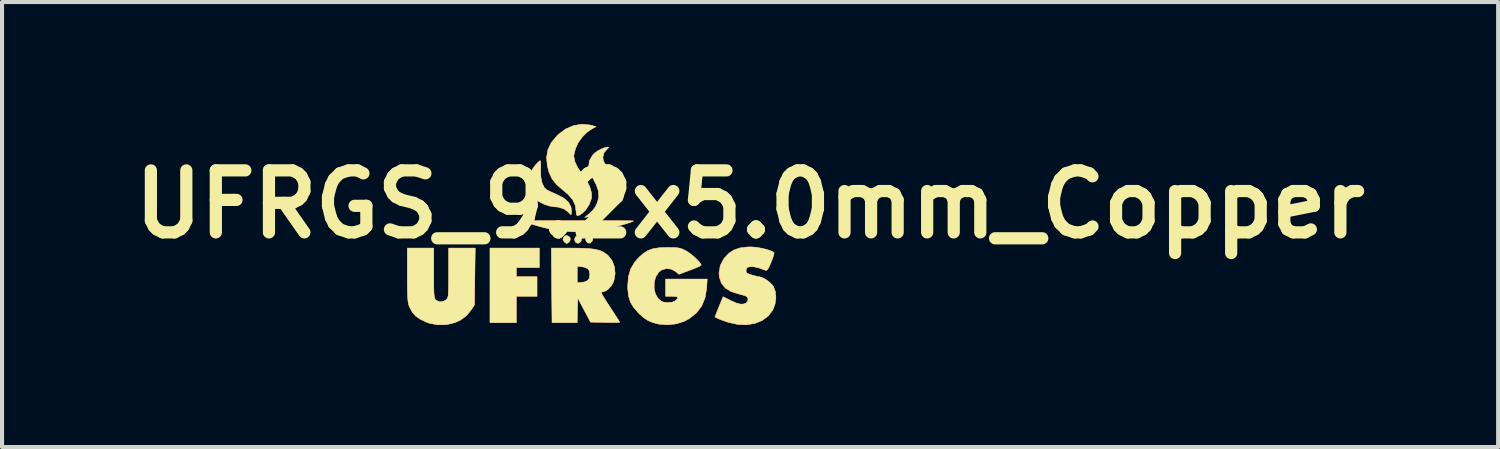
<source format=kicad_pcb>
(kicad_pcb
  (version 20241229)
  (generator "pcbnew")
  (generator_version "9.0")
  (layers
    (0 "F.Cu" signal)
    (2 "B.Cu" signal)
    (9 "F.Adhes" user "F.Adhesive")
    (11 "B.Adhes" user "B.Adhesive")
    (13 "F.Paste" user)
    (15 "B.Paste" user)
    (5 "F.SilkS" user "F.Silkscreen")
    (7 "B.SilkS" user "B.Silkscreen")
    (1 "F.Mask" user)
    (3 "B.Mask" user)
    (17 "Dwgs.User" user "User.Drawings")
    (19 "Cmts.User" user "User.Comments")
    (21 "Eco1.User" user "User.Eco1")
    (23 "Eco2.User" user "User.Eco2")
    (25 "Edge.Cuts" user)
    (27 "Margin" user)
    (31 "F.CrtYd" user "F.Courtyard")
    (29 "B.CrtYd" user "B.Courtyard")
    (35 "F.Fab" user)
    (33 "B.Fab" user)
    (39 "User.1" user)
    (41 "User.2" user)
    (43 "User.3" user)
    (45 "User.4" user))
  (footprint "UFRGS_9.2x5.0mm_Copper"
    (layer "F.Cu")
    (at 11.176 2.482)
    (property "Reference" "UFRGS_9.2x5.0mm_Copper" (at 4.216 -0.508 0) (layer "F.SilkS") (effects (font (size 1.524 1.524) (thickness 0.3))))
    (attr through_hole)
    (fp_poly (pts (xy -0.965 1.047) (xy -1.53 1.047) (xy -1.53 1.273) (xy -1.022 1.273) (xy -1.022 1.753) (xy -1.53 1.753) (xy -1.53 2.402) (xy -2.179 2.402) (xy -2.179 0.567) (xy -0.965 0.567) (xy -0.965 1.047)) (stroke (width 0.01) (type solid)) (fill yes) (layer "F.Cu"))
    (fp_poly (pts (xy 0.005 0.266) (xy 0.059 0.31) (xy 0.07 0.371) (xy 0.051 0.412) (xy -0.007 0.451) (xy -0.062 0.436) (xy -0.088 0.402) (xy -0.098 0.341) (xy -0.072 0.288) (xy -0.025 0.262) (xy 0.005 0.266)) (stroke (width 0.01) (type solid)) (fill yes) (layer "F.Cu"))
    (fp_poly (pts (xy 0.291 0.264) (xy 0.324 0.286) (xy 0.352 0.332) (xy 0.335 0.389) (xy 0.335 0.389) (xy 0.286 0.441) (xy 0.23 0.438) (xy 0.192 0.406) (xy 0.17 0.348) (xy 0.189 0.295) (xy 0.234 0.263) (xy 0.291 0.264)) (stroke (width 0.01) (type solid)) (fill yes) (layer "F.Cu"))
    (fp_poly (pts (xy -0.248 0.274) (xy -0.209 0.312) (xy -0.206 0.368) (xy -0.233 0.421) (xy -0.284 0.452) (xy -0.302 0.454) (xy -0.327 0.437) (xy -0.356 0.41) (xy -0.385 0.359) (xy -0.371 0.311) (xy -0.335 0.265) (xy -0.286 0.262) (xy -0.248 0.274)) (stroke (width 0.01) (type solid)) (fill yes) (layer "F.Cu"))
    (fp_poly (pts (xy 0.501 -0.108) (xy 0.732 -0.107) (xy 0.934 -0.106) (xy 1.103 -0.105) (xy 1.232 -0.103) (xy 1.315 -0.102) (xy 1.349 -0.1) (xy 1.349 -0.099) (xy 1.323 -0.084) (xy 1.254 -0.058) (xy 1.151 -0.026) (xy 1.025 0.01) (xy 0.889 0.046) (xy 0.752 0.08) (xy 0.625 0.108) (xy 0.577 0.118) (xy 0.282 0.157) (xy -0.034 0.17) (xy -0.348 0.155) (xy -0.637 0.115) (xy -0.649 0.112) (xy -0.805 0.076) (xy -0.977 0.031) (xy -1.134 -0.016) (xy -1.157 -0.023) (xy -1.403 -0.105) (xy -0.027 -0.107) (xy 0.246 -0.108) (xy 0.501 -0.108)) (stroke (width 0.01) (type solid)) (fill yes) (layer "F.Cu"))
    (fp_poly (pts (xy 0.739 -1.908) (xy 0.717 -1.88) (xy 0.692 -1.859) (xy 0.622 -1.771) (xy 0.596 -1.662) (xy 0.612 -1.571) (xy 0.645 -1.513) (xy 0.704 -1.432) (xy 0.767 -1.355) (xy 0.879 -1.198) (xy 0.937 -1.037) (xy 0.94 -0.867) (xy 0.891 -0.681) (xy 0.87 -0.632) (xy 0.778 -0.488) (xy 0.643 -0.363) (xy 0.48 -0.267) (xy 0.302 -0.21) (xy 0.277 -0.206) (xy 0.15 -0.187) (xy 0.234 -0.254) (xy 0.34 -0.349) (xy 0.412 -0.446) (xy 0.463 -0.554) (xy 0.497 -0.692) (xy 0.488 -0.835) (xy 0.435 -0.99) (xy 0.365 -1.123) (xy 0.281 -1.296) (xy 0.248 -1.447) (xy 0.267 -1.582) (xy 0.337 -1.705) (xy 0.394 -1.767) (xy 0.471 -1.823) (xy 0.569 -1.874) (xy 0.664 -1.908) (xy 0.717 -1.916) (xy 0.739 -1.908)) (stroke (width 0.01) (type solid)) (fill yes) (layer "F.Cu"))
    (fp_poly (pts (xy -0.938 -1.56) (xy -0.935 -1.491) (xy -0.937 -1.394) (xy -0.938 -1.372) (xy -0.934 -1.192) (xy -0.904 -1.042) (xy -0.85 -0.93) (xy -0.792 -0.874) (xy -0.736 -0.844) (xy -0.646 -0.802) (xy -0.542 -0.757) (xy -0.54 -0.756) (xy -0.37 -0.667) (xy -0.254 -0.567) (xy -0.192 -0.454) (xy -0.18 -0.371) (xy -0.182 -0.301) (xy -0.188 -0.262) (xy -0.19 -0.259) (xy -0.213 -0.278) (xy -0.253 -0.32) (xy -0.358 -0.398) (xy -0.495 -0.446) (xy -0.61 -0.457) (xy -0.731 -0.476) (xy -0.867 -0.523) (xy -0.991 -0.59) (xy -1.075 -0.658) (xy -1.163 -0.794) (xy -1.213 -0.955) (xy -1.22 -1.126) (xy -1.183 -1.289) (xy -1.171 -1.318) (xy -1.128 -1.394) (xy -1.07 -1.473) (xy -1.01 -1.54) (xy -0.961 -1.58) (xy -0.945 -1.586) (xy -0.938 -1.56)) (stroke (width 0.01) (type solid)) (fill yes) (layer "F.Cu"))
    (fp_poly (pts (xy 0.284 -2.458) (xy 0.318 -2.449) (xy 0.431 -2.418) (xy 0.332 -2.367) (xy 0.208 -2.282) (xy 0.089 -2.162) (xy -0.01 -2.026) (xy -0.072 -1.892) (xy -0.074 -1.886) (xy -0.099 -1.795) (xy -0.115 -1.721) (xy -0.118 -1.692) (xy -0.093 -1.557) (xy -0.017 -1.402) (xy 0.092 -1.248) (xy 0.199 -1.094) (xy 0.275 -0.939) (xy 0.316 -0.794) (xy 0.319 -0.671) (xy 0.316 -0.655) (xy 0.26 -0.503) (xy 0.174 -0.369) (xy 0.098 -0.295) (xy 0.017 -0.24) (xy -0.032 -0.229) (xy -0.056 -0.262) (xy -0.062 -0.341) (xy -0.082 -0.487) (xy -0.146 -0.622) (xy -0.258 -0.753) (xy -0.386 -0.86) (xy -0.541 -0.994) (xy -0.651 -1.133) (xy -0.726 -1.292) (xy -0.769 -1.458) (xy -0.787 -1.662) (xy -0.756 -1.846) (xy -0.675 -2.019) (xy -0.539 -2.186) (xy -0.5 -2.224) (xy -0.322 -2.358) (xy -0.126 -2.443) (xy 0.078 -2.477) (xy 0.284 -2.458)) (stroke (width 0.01) (type solid)) (fill yes) (layer "F.Cu"))
    (fp_poly (pts (xy -3.562 1.184) (xy -3.561 1.387) (xy -3.56 1.542) (xy -3.557 1.655) (xy -3.551 1.734) (xy -3.543 1.786) (xy -3.531 1.82) (xy -3.516 1.842) (xy -3.51 1.847) (xy -3.427 1.888) (xy -3.333 1.884) (xy -3.251 1.837) (xy -3.233 1.815) (xy -3.218 1.787) (xy -3.208 1.745) (xy -3.202 1.68) (xy -3.198 1.587) (xy -3.196 1.456) (xy -3.195 1.279) (xy -3.195 1.174) (xy -3.195 0.567) (xy -2.542 0.567) (xy -2.56 1.964) (xy -2.635 2.079) (xy -2.755 2.228) (xy -2.902 2.336) (xy -3.04 2.4) (xy -3.246 2.45) (xy -3.463 2.455) (xy -3.671 2.415) (xy -3.733 2.392) (xy -3.889 2.319) (xy -4.003 2.241) (xy -4.087 2.146) (xy -4.154 2.022) (xy -4.165 1.996) (xy -4.18 1.95) (xy -4.192 1.891) (xy -4.2 1.81) (xy -4.206 1.699) (xy -4.209 1.552) (xy -4.211 1.36) (xy -4.211 1.227) (xy -4.211 0.567) (xy -3.562 0.567) (xy -3.562 1.184)) (stroke (width 0.01) (type solid)) (fill yes) (layer "F.Cu"))
    (fp_poly (pts (xy -0.173 0.567) (xy 0.059 0.57) (xy 0.243 0.579) (xy 0.388 0.595) (xy 0.503 0.622) (xy 0.596 0.66) (xy 0.677 0.711) (xy 0.725 0.751) (xy 0.823 0.876) (xy 0.882 1.029) (xy 0.898 1.196) (xy 0.87 1.362) (xy 0.854 1.408) (xy 0.799 1.502) (xy 0.725 1.581) (xy 0.648 1.63) (xy 0.608 1.639) (xy 0.566 1.653) (xy 0.559 1.668) (xy 0.574 1.7) (xy 0.615 1.77) (xy 0.676 1.869) (xy 0.752 1.987) (xy 0.785 2.037) (xy 0.865 2.158) (xy 0.932 2.263) (xy 0.982 2.341) (xy 1.008 2.384) (xy 1.01 2.39) (xy 0.984 2.395) (xy 0.912 2.397) (xy 0.804 2.398) (xy 0.672 2.396) (xy 0.652 2.395) (xy 0.294 2.388) (xy 0.137 2.093) (xy -0.02 1.798) (xy -0.028 2.1) (xy -0.036 2.402) (xy -0.653 2.402) (xy -0.662 1.414) (xy -0.034 1.414) (xy 0.059 1.414) (xy 0.145 1.4) (xy 0.214 1.37) (xy 0.261 1.316) (xy 0.276 1.233) (xy 0.277 1.218) (xy 0.264 1.126) (xy 0.22 1.069) (xy 0.134 1.036) (xy 0.08 1.027) (xy -0.034 1.011) (xy -0.034 1.414) (xy -0.662 1.414) (xy -0.669 0.567) (xy -0.173 0.567)) (stroke (width 0.01) (type solid)) (fill yes) (layer "F.Cu"))
    (fp_poly (pts (xy 2.321 0.554) (xy 2.42 0.559) (xy 2.493 0.571) (xy 2.554 0.592) (xy 2.621 0.625) (xy 2.641 0.636) (xy 2.725 0.69) (xy 2.815 0.761) (xy 2.9 0.838) (xy 2.968 0.91) (xy 3.008 0.966) (xy 3.014 0.985) (xy 2.989 1.004) (xy 2.922 1.037) (xy 2.825 1.078) (xy 2.74 1.11) (xy 2.467 1.212) (xy 2.385 1.144) (xy 2.276 1.084) (xy 2.156 1.072) (xy 2.041 1.106) (xy 1.968 1.162) (xy 1.896 1.275) (xy 1.859 1.413) (xy 1.857 1.558) (xy 1.888 1.695) (xy 1.955 1.806) (xy 1.964 1.817) (xy 2.031 1.873) (xy 2.1 1.899) (xy 2.191 1.906) (xy 2.303 1.897) (xy 2.377 1.865) (xy 2.39 1.854) (xy 2.437 1.804) (xy 2.44 1.773) (xy 2.394 1.757) (xy 2.297 1.753) (xy 2.294 1.753) (xy 2.139 1.753) (xy 2.139 1.329) (xy 3.162 1.329) (xy 3.149 1.548) (xy 3.111 1.785) (xy 3.028 1.989) (xy 2.898 2.161) (xy 2.721 2.301) (xy 2.594 2.369) (xy 2.405 2.43) (xy 2.192 2.453) (xy 1.977 2.438) (xy 1.815 2.396) (xy 1.701 2.346) (xy 1.596 2.276) (xy 1.482 2.173) (xy 1.474 2.164) (xy 1.354 2.028) (xy 1.274 1.896) (xy 1.228 1.749) (xy 1.209 1.572) (xy 1.208 1.495) (xy 1.226 1.268) (xy 1.284 1.075) (xy 1.384 0.908) (xy 1.466 0.814) (xy 1.584 0.707) (xy 1.698 0.633) (xy 1.821 0.586) (xy 1.969 0.561) (xy 2.157 0.553) (xy 2.182 0.553) (xy 2.321 0.554)) (stroke (width 0.01) (type solid)) (fill yes) (layer "F.Cu"))
    (fp_poly (pts (xy 4.334 0.546) (xy 4.454 0.565) (xy 4.576 0.591) (xy 4.684 0.622) (xy 4.763 0.654) (xy 4.799 0.68) (xy 4.796 0.716) (xy 4.775 0.79) (xy 4.738 0.888) (xy 4.725 0.92) (xy 4.677 1.029) (xy 4.641 1.092) (xy 4.611 1.117) (xy 4.59 1.115) (xy 4.417 1.051) (xy 4.281 1.024) (xy 4.223 1.024) (xy 4.154 1.037) (xy 4.122 1.067) (xy 4.113 1.109) (xy 4.113 1.154) (xy 4.135 1.184) (xy 4.19 1.209) (xy 4.252 1.229) (xy 4.343 1.254) (xy 4.415 1.27) (xy 4.442 1.273) (xy 4.511 1.292) (xy 4.599 1.341) (xy 4.688 1.407) (xy 4.76 1.478) (xy 4.783 1.509) (xy 4.831 1.635) (xy 4.845 1.786) (xy 4.824 1.944) (xy 4.769 2.09) (xy 4.767 2.093) (xy 4.658 2.237) (xy 4.51 2.346) (xy 4.332 2.419) (xy 4.129 2.453) (xy 3.91 2.445) (xy 3.683 2.395) (xy 3.67 2.391) (xy 3.563 2.355) (xy 3.47 2.32) (xy 3.411 2.294) (xy 3.41 2.293) (xy 3.347 2.259) (xy 3.4 2.126) (xy 3.443 2.018) (xy 3.487 1.91) (xy 3.5 1.878) (xy 3.547 1.764) (xy 3.732 1.857) (xy 3.869 1.918) (xy 3.973 1.946) (xy 4.057 1.942) (xy 4.11 1.921) (xy 4.155 1.871) (xy 4.16 1.807) (xy 4.129 1.759) (xy 4.083 1.738) (xy 4.002 1.713) (xy 3.939 1.698) (xy 3.746 1.638) (xy 3.601 1.548) (xy 3.504 1.428) (xy 3.455 1.279) (xy 3.448 1.173) (xy 3.48 0.994) (xy 3.564 0.831) (xy 3.685 0.7) (xy 3.811 0.616) (xy 3.961 0.564) (xy 4.144 0.541) (xy 4.23 0.539) (xy 4.334 0.546)) (stroke (width 0.01) (type solid)) (fill yes) (layer "F.Cu"))
    (fp_poly (pts (xy -0.965 1.047) (xy -1.53 1.047) (xy -1.53 1.273) (xy -1.022 1.273) (xy -1.022 1.753) (xy -1.53 1.753) (xy -1.53 2.402) (xy -2.179 2.402) (xy -2.179 0.567) (xy -0.965 0.567) (xy -0.965 1.047)) (stroke (width 0.01) (type solid)) (fill yes) (layer "F.SilkS"))
    (fp_poly (pts (xy 0.005 0.266) (xy 0.059 0.31) (xy 0.07 0.371) (xy 0.051 0.412) (xy -0.007 0.451) (xy -0.062 0.436) (xy -0.088 0.402) (xy -0.098 0.341) (xy -0.072 0.288) (xy -0.025 0.262) (xy 0.005 0.266)) (stroke (width 0.01) (type solid)) (fill yes) (layer "F.SilkS"))
    (fp_poly (pts (xy 0.291 0.27) (xy 0.324 0.292) (xy 0.352 0.338) (xy 0.335 0.395) (xy 0.335 0.395) (xy 0.286 0.447) (xy 0.23 0.444) (xy 0.192 0.412) (xy 0.17 0.354) (xy 0.189 0.301) (xy 0.234 0.269) (xy 0.291 0.27)) (stroke (width 0.01) (type solid)) (fill yes) (layer "F.SilkS"))
    (fp_poly (pts (xy -0.248 0.274) (xy -0.209 0.312) (xy -0.206 0.368) (xy -0.233 0.421) (xy -0.284 0.452) (xy -0.302 0.454) (xy -0.327 0.437) (xy -0.356 0.41) (xy -0.385 0.359) (xy -0.371 0.311) (xy -0.335 0.265) (xy -0.286 0.262) (xy -0.248 0.274)) (stroke (width 0.01) (type solid)) (fill yes) (layer "F.SilkS"))
    (fp_poly (pts (xy 0.501 -0.108) (xy 0.732 -0.107) (xy 0.934 -0.106) (xy 1.103 -0.105) (xy 1.232 -0.103) (xy 1.315 -0.102) (xy 1.349 -0.1) (xy 1.349 -0.099) (xy 1.323 -0.084) (xy 1.254 -0.058) (xy 1.151 -0.026) (xy 1.025 0.01) (xy 0.889 0.046) (xy 0.752 0.08) (xy 0.625 0.108) (xy 0.577 0.118) (xy 0.282 0.157) (xy -0.034 0.17) (xy -0.348 0.155) (xy -0.637 0.115) (xy -0.649 0.112) (xy -0.805 0.076) (xy -0.977 0.031) (xy -1.134 -0.016) (xy -1.157 -0.023) (xy -1.403 -0.105) (xy -0.027 -0.107) (xy 0.246 -0.108) (xy 0.501 -0.108)) (stroke (width 0.01) (type solid)) (fill yes) (layer "F.SilkS"))
    (fp_poly (pts (xy 0.739 -1.908) (xy 0.717 -1.88) (xy 0.692 -1.859) (xy 0.622 -1.771) (xy 0.596 -1.662) (xy 0.612 -1.571) (xy 0.645 -1.513) (xy 0.704 -1.432) (xy 0.767 -1.355) (xy 0.879 -1.198) (xy 0.937 -1.037) (xy 0.94 -0.867) (xy 0.891 -0.681) (xy 0.87 -0.632) (xy 0.778 -0.488) (xy 0.643 -0.363) (xy 0.48 -0.267) (xy 0.302 -0.21) (xy 0.277 -0.206) (xy 0.15 -0.187) (xy 0.234 -0.254) (xy 0.34 -0.349) (xy 0.412 -0.446) (xy 0.463 -0.554) (xy 0.497 -0.692) (xy 0.488 -0.835) (xy 0.435 -0.99) (xy 0.365 -1.123) (xy 0.281 -1.296) (xy 0.248 -1.447) (xy 0.267 -1.582) (xy 0.337 -1.705) (xy 0.394 -1.767) (xy 0.471 -1.823) (xy 0.569 -1.874) (xy 0.664 -1.908) (xy 0.717 -1.916) (xy 0.739 -1.908)) (stroke (width 0.01) (type solid)) (fill yes) (layer "F.SilkS"))
    (fp_poly (pts (xy -0.932 -1.552) (xy -0.93 -1.483) (xy -0.932 -1.386) (xy -0.933 -1.364) (xy -0.928 -1.184) (xy -0.898 -1.034) (xy -0.845 -0.922) (xy -0.787 -0.866) (xy -0.73 -0.836) (xy -0.64 -0.794) (xy -0.537 -0.748) (xy -0.535 -0.748) (xy -0.364 -0.659) (xy -0.249 -0.559) (xy -0.187 -0.445) (xy -0.175 -0.363) (xy -0.177 -0.293) (xy -0.183 -0.254) (xy -0.185 -0.251) (xy -0.208 -0.27) (xy -0.248 -0.312) (xy -0.352 -0.39) (xy -0.49 -0.437) (xy -0.604 -0.449) (xy -0.726 -0.467) (xy -0.861 -0.515) (xy -0.986 -0.582) (xy -1.07 -0.65) (xy -1.158 -0.786) (xy -1.208 -0.947) (xy -1.215 -1.118) (xy -1.178 -1.281) (xy -1.166 -1.31) (xy -1.123 -1.386) (xy -1.065 -1.465) (xy -1.005 -1.532) (xy -0.956 -1.572) (xy -0.94 -1.578) (xy -0.932 -1.552)) (stroke (width 0.01) (type solid)) (fill yes) (layer "F.SilkS"))
    (fp_poly (pts (xy 0.284 -2.458) (xy 0.318 -2.449) (xy 0.431 -2.418) (xy 0.332 -2.367) (xy 0.208 -2.282) (xy 0.089 -2.162) (xy -0.01 -2.026) (xy -0.072 -1.892) (xy -0.074 -1.886) (xy -0.099 -1.795) (xy -0.115 -1.721) (xy -0.118 -1.692) (xy -0.093 -1.557) (xy -0.017 -1.402) (xy 0.092 -1.248) (xy 0.199 -1.094) (xy 0.275 -0.939) (xy 0.316 -0.794) (xy 0.319 -0.671) (xy 0.316 -0.655) (xy 0.26 -0.503) (xy 0.174 -0.369) (xy 0.098 -0.295) (xy 0.017 -0.24) (xy -0.032 -0.229) (xy -0.056 -0.262) (xy -0.062 -0.341) (xy -0.082 -0.487) (xy -0.146 -0.622) (xy -0.258 -0.753) (xy -0.386 -0.86) (xy -0.541 -0.994) (xy -0.651 -1.133) (xy -0.726 -1.292) (xy -0.769 -1.458) (xy -0.787 -1.662) (xy -0.756 -1.846) (xy -0.675 -2.019) (xy -0.539 -2.186) (xy -0.5 -2.224) (xy -0.322 -2.358) (xy -0.126 -2.443) (xy 0.078 -2.477) (xy 0.284 -2.458)) (stroke (width 0.01) (type solid)) (fill yes) (layer "F.SilkS"))
    (fp_poly (pts (xy -3.562 1.184) (xy -3.561 1.387) (xy -3.56 1.542) (xy -3.557 1.655) (xy -3.551 1.734) (xy -3.543 1.786) (xy -3.531 1.82) (xy -3.516 1.842) (xy -3.51 1.847) (xy -3.427 1.888) (xy -3.333 1.884) (xy -3.251 1.837) (xy -3.233 1.815) (xy -3.218 1.787) (xy -3.208 1.745) (xy -3.202 1.68) (xy -3.198 1.587) (xy -3.196 1.456) (xy -3.195 1.279) (xy -3.195 1.174) (xy -3.195 0.567) (xy -2.542 0.567) (xy -2.56 1.964) (xy -2.635 2.079) (xy -2.755 2.228) (xy -2.902 2.336) (xy -3.04 2.4) (xy -3.246 2.45) (xy -3.463 2.455) (xy -3.671 2.415) (xy -3.733 2.392) (xy -3.889 2.319) (xy -4.003 2.241) (xy -4.087 2.146) (xy -4.154 2.022) (xy -4.165 1.996) (xy -4.18 1.95) (xy -4.192 1.891) (xy -4.2 1.81) (xy -4.206 1.699) (xy -4.209 1.552) (xy -4.211 1.36) (xy -4.211 1.227) (xy -4.211 0.567) (xy -3.562 0.567) (xy -3.562 1.184)) (stroke (width 0.01) (type solid)) (fill yes) (layer "F.SilkS"))
    (fp_poly (pts (xy -0.173 0.567) (xy 0.059 0.57) (xy 0.243 0.579) (xy 0.388 0.595) (xy 0.503 0.622) (xy 0.596 0.66) (xy 0.677 0.711) (xy 0.725 0.751) (xy 0.823 0.876) (xy 0.882 1.029) (xy 0.898 1.196) (xy 0.87 1.362) (xy 0.854 1.408) (xy 0.799 1.502) (xy 0.725 1.581) (xy 0.648 1.63) (xy 0.608 1.639) (xy 0.566 1.653) (xy 0.559 1.668) (xy 0.574 1.7) (xy 0.615 1.77) (xy 0.676 1.869) (xy 0.752 1.987) (xy 0.785 2.037) (xy 0.865 2.158) (xy 0.932 2.263) (xy 0.982 2.341) (xy 1.008 2.384) (xy 1.01 2.39) (xy 0.984 2.395) (xy 0.912 2.397) (xy 0.804 2.398) (xy 0.672 2.396) (xy 0.652 2.395) (xy 0.294 2.388) (xy 0.137 2.093) (xy -0.02 1.798) (xy -0.028 2.1) (xy -0.036 2.402) (xy -0.653 2.402) (xy -0.662 1.414) (xy -0.034 1.414) (xy 0.059 1.414) (xy 0.145 1.4) (xy 0.214 1.37) (xy 0.261 1.316) (xy 0.276 1.233) (xy 0.277 1.218) (xy 0.264 1.126) (xy 0.22 1.069) (xy 0.134 1.036) (xy 0.08 1.027) (xy -0.034 1.011) (xy -0.034 1.414) (xy -0.662 1.414) (xy -0.669 0.567) (xy -0.173 0.567)) (stroke (width 0.01) (type solid)) (fill yes) (layer "F.SilkS"))
    (fp_poly (pts (xy 2.321 0.554) (xy 2.42 0.559) (xy 2.493 0.571) (xy 2.554 0.592) (xy 2.621 0.625) (xy 2.641 0.636) (xy 2.725 0.69) (xy 2.815 0.761) (xy 2.9 0.838) (xy 2.968 0.91) (xy 3.008 0.966) (xy 3.014 0.985) (xy 2.989 1.004) (xy 2.922 1.037) (xy 2.825 1.078) (xy 2.74 1.11) (xy 2.467 1.212) (xy 2.385 1.144) (xy 2.276 1.084) (xy 2.156 1.072) (xy 2.041 1.106) (xy 1.968 1.162) (xy 1.896 1.275) (xy 1.859 1.413) (xy 1.857 1.558) (xy 1.888 1.695) (xy 1.955 1.806) (xy 1.964 1.817) (xy 2.031 1.873) (xy 2.1 1.899) (xy 2.191 1.906) (xy 2.303 1.897) (xy 2.377 1.865) (xy 2.39 1.854) (xy 2.437 1.804) (xy 2.44 1.773) (xy 2.394 1.757) (xy 2.297 1.753) (xy 2.294 1.753) (xy 2.139 1.753) (xy 2.139 1.329) (xy 3.162 1.329) (xy 3.149 1.548) (xy 3.111 1.785) (xy 3.028 1.989) (xy 2.898 2.161) (xy 2.721 2.301) (xy 2.594 2.369) (xy 2.405 2.43) (xy 2.192 2.453) (xy 1.977 2.438) (xy 1.815 2.396) (xy 1.701 2.346) (xy 1.596 2.276) (xy 1.482 2.173) (xy 1.474 2.164) (xy 1.354 2.028) (xy 1.274 1.896) (xy 1.228 1.749) (xy 1.209 1.572) (xy 1.208 1.495) (xy 1.226 1.268) (xy 1.284 1.075) (xy 1.384 0.908) (xy 1.466 0.814) (xy 1.584 0.707) (xy 1.698 0.633) (xy 1.821 0.586) (xy 1.969 0.561) (xy 2.157 0.553) (xy 2.182 0.553) (xy 2.321 0.554)) (stroke (width 0.01) (type solid)) (fill yes) (layer "F.SilkS"))
    (fp_poly (pts (xy 4.341 0.546) (xy 4.461 0.565) (xy 4.583 0.591) (xy 4.691 0.622) (xy 4.77 0.654) (xy 4.806 0.68) (xy 4.803 0.716) (xy 4.782 0.79) (xy 4.745 0.888) (xy 4.732 0.92) (xy 4.684 1.029) (xy 4.648 1.092) (xy 4.618 1.117) (xy 4.597 1.115) (xy 4.424 1.051) (xy 4.288 1.024) (xy 4.23 1.024) (xy 4.161 1.037) (xy 4.129 1.067) (xy 4.12 1.109) (xy 4.12 1.154) (xy 4.141 1.184) (xy 4.197 1.209) (xy 4.259 1.229) (xy 4.35 1.254) (xy 4.422 1.27) (xy 4.449 1.273) (xy 4.518 1.292) (xy 4.605 1.341) (xy 4.695 1.407) (xy 4.767 1.478) (xy 4.79 1.509) (xy 4.838 1.635) (xy 4.852 1.786) (xy 4.831 1.944) (xy 4.776 2.09) (xy 4.774 2.093) (xy 4.665 2.237) (xy 4.517 2.346) (xy 4.338 2.419) (xy 4.136 2.453) (xy 3.917 2.445) (xy 3.69 2.395) (xy 3.677 2.391) (xy 3.57 2.355) (xy 3.477 2.32) (xy 3.418 2.294) (xy 3.417 2.293) (xy 3.354 2.259) (xy 3.407 2.126) (xy 3.45 2.018) (xy 3.494 1.91) (xy 3.507 1.878) (xy 3.554 1.764) (xy 3.739 1.857) (xy 3.876 1.918) (xy 3.98 1.946) (xy 4.063 1.942) (xy 4.117 1.921) (xy 4.162 1.871) (xy 4.167 1.807) (xy 4.136 1.759) (xy 4.09 1.738) (xy 4.009 1.713) (xy 3.946 1.698) (xy 3.753 1.638) (xy 3.608 1.548) (xy 3.511 1.428) (xy 3.462 1.279) (xy 3.455 1.173) (xy 3.487 0.994) (xy 3.571 0.831) (xy 3.692 0.7) (xy 3.818 0.616) (xy 3.967 0.564) (xy 4.151 0.541) (xy 4.237 0.539) (xy 4.341 0.546)) (stroke (width 0.01) (type solid)) (fill yes) (layer "F.SilkS")))
  (gr_rect
    (start -3 -3)
    (end 33.785 7.942)
    (stroke (width 0.1) (type default))
    (fill no)
    (layer "Edge.Cuts")))
</source>
